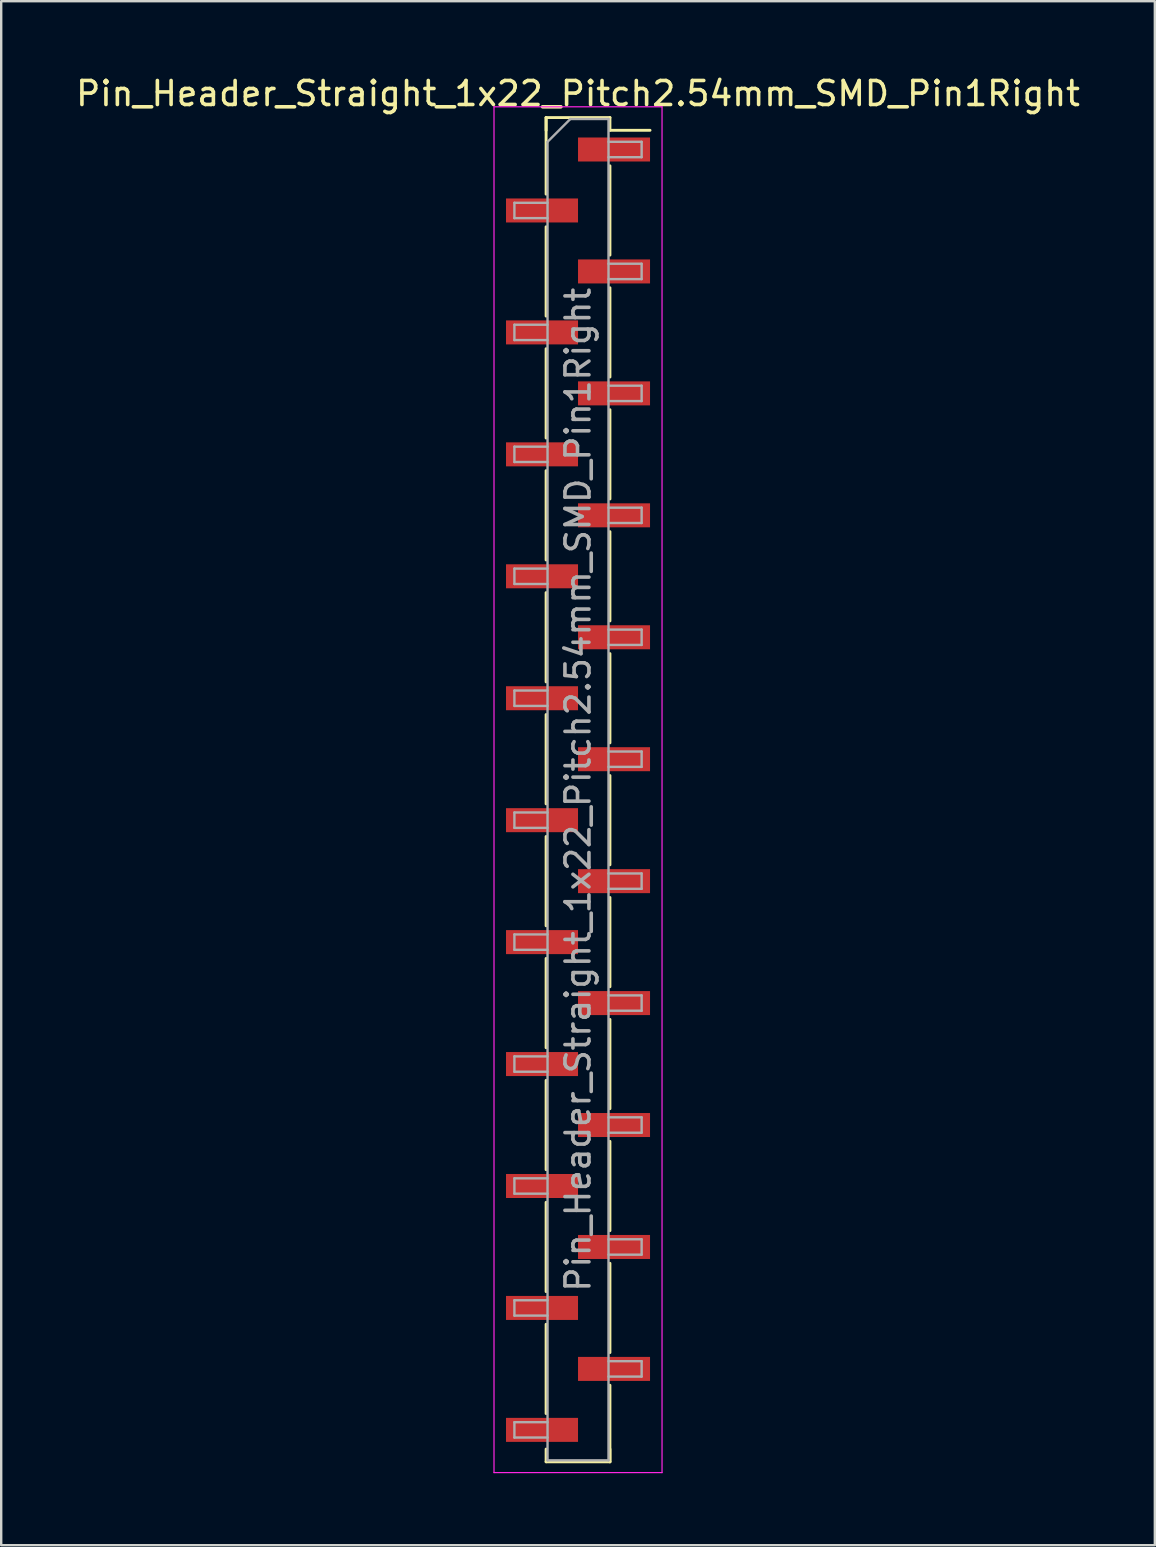
<source format=kicad_pcb>
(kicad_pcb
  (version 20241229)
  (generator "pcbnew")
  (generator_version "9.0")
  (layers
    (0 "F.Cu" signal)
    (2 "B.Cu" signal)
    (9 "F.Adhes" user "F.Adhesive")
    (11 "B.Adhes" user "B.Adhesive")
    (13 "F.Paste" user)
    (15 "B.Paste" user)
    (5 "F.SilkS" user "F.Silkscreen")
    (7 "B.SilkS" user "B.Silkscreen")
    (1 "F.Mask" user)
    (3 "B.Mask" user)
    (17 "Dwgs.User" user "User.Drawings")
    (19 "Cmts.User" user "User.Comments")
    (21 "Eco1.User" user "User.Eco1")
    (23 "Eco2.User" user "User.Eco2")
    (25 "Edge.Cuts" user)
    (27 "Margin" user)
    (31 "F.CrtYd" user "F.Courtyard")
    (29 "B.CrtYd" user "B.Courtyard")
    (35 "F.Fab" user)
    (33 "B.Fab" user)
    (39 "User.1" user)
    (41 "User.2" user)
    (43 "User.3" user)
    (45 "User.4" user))
  (footprint "Pin_Header_Straight_1x22_Pitch2.54mm_SMD_Pin1Right"
    (layer "F.Cu")
    (at 21.03 29.848)
    (property "Reference" "Pin_Header_Straight_1x22_Pitch2.54mm_SMD_Pin1Right" (at 0 -29 0) (layer "F.SilkS") (effects (font (size 1 1) (thickness 0.15))))
    (attr smd)
    (fp_line (start -1.33 -28) (end -1.33 -24.81) (stroke (width 0.12) (type solid)) (layer "F.SilkS"))
    (fp_line (start -1.33 -28) (end 1.33 -28) (stroke (width 0.12) (type solid)) (layer "F.SilkS"))
    (fp_line (start -1.33 -27.47) (end -1.33 -28) (stroke (width 0.12) (type solid)) (layer "F.SilkS"))
    (fp_line (start -1.33 -23.45) (end -1.33 -19.73) (stroke (width 0.12) (type solid)) (layer "F.SilkS"))
    (fp_line (start -1.33 -18.37) (end -1.33 -14.65) (stroke (width 0.12) (type solid)) (layer "F.SilkS"))
    (fp_line (start -1.33 -13.29) (end -1.33 -9.57) (stroke (width 0.12) (type solid)) (layer "F.SilkS"))
    (fp_line (start -1.33 -8.21) (end -1.33 -4.49) (stroke (width 0.12) (type solid)) (layer "F.SilkS"))
    (fp_line (start -1.33 -3.13) (end -1.33 0.59) (stroke (width 0.12) (type solid)) (layer "F.SilkS"))
    (fp_line (start -1.33 1.95) (end -1.33 5.67) (stroke (width 0.12) (type solid)) (layer "F.SilkS"))
    (fp_line (start -1.33 7.03) (end -1.33 10.75) (stroke (width 0.12) (type solid)) (layer "F.SilkS"))
    (fp_line (start -1.33 12.11) (end -1.33 15.83) (stroke (width 0.12) (type solid)) (layer "F.SilkS"))
    (fp_line (start -1.33 17.19) (end -1.33 20.91) (stroke (width 0.12) (type solid)) (layer "F.SilkS"))
    (fp_line (start -1.33 22.27) (end -1.33 25.99) (stroke (width 0.12) (type solid)) (layer "F.SilkS"))
    (fp_line (start -1.33 27.47) (end -1.33 28) (stroke (width 0.12) (type solid)) (layer "F.SilkS"))
    (fp_line (start -1.33 28) (end 1.33 28) (stroke (width 0.12) (type solid)) (layer "F.SilkS"))
    (fp_line (start 1.33 -28) (end 1.33 -27.47) (stroke (width 0.12) (type solid)) (layer "F.SilkS"))
    (fp_line (start 1.33 -27.47) (end 3 -27.47) (stroke (width 0.12) (type solid)) (layer "F.SilkS"))
    (fp_line (start 1.33 -25.99) (end 1.33 -22.27) (stroke (width 0.12) (type solid)) (layer "F.SilkS"))
    (fp_line (start 1.33 -20.91) (end 1.33 -17.19) (stroke (width 0.12) (type solid)) (layer "F.SilkS"))
    (fp_line (start 1.33 -15.83) (end 1.33 -12.11) (stroke (width 0.12) (type solid)) (layer "F.SilkS"))
    (fp_line (start 1.33 -10.75) (end 1.33 -7.03) (stroke (width 0.12) (type solid)) (layer "F.SilkS"))
    (fp_line (start 1.33 -5.67) (end 1.33 -1.95) (stroke (width 0.12) (type solid)) (layer "F.SilkS"))
    (fp_line (start 1.33 -0.59) (end 1.33 3.13) (stroke (width 0.12) (type solid)) (layer "F.SilkS"))
    (fp_line (start 1.33 4.49) (end 1.33 8.21) (stroke (width 0.12) (type solid)) (layer "F.SilkS"))
    (fp_line (start 1.33 9.57) (end 1.33 13.29) (stroke (width 0.12) (type solid)) (layer "F.SilkS"))
    (fp_line (start 1.33 14.65) (end 1.33 18.37) (stroke (width 0.12) (type solid)) (layer "F.SilkS"))
    (fp_line (start 1.33 19.73) (end 1.33 23.45) (stroke (width 0.12) (type solid)) (layer "F.SilkS"))
    (fp_line (start 1.33 24.81) (end 1.33 28) (stroke (width 0.12) (type solid)) (layer "F.SilkS"))
    (fp_line (start 1.33 28) (end 1.33 27.47) (stroke (width 0.12) (type solid)) (layer "F.SilkS"))
    (fp_line (start -3.5 -28.45) (end -3.5 28.45) (stroke (width 0.05) (type solid)) (layer "F.CrtYd"))
    (fp_line (start -3.5 28.45) (end 3.5 28.45) (stroke (width 0.05) (type solid)) (layer "F.CrtYd"))
    (fp_line (start 3.5 -28.45) (end -3.5 -28.45) (stroke (width 0.05) (type solid)) (layer "F.CrtYd"))
    (fp_line (start 3.5 28.45) (end 3.5 -28.45) (stroke (width 0.05) (type solid)) (layer "F.CrtYd"))
    (fp_line (start -2.65 -24.45) (end -2.65 -23.81) (stroke (width 0.1) (type solid)) (layer "F.Fab"))
    (fp_line (start -2.65 -23.81) (end -1.27 -23.81) (stroke (width 0.1) (type solid)) (layer "F.Fab"))
    (fp_line (start -2.65 -19.37) (end -2.65 -18.73) (stroke (width 0.1) (type solid)) (layer "F.Fab"))
    (fp_line (start -2.65 -18.73) (end -1.27 -18.73) (stroke (width 0.1) (type solid)) (layer "F.Fab"))
    (fp_line (start -2.65 -14.29) (end -2.65 -13.65) (stroke (width 0.1) (type solid)) (layer "F.Fab"))
    (fp_line (start -2.65 -13.65) (end -1.27 -13.65) (stroke (width 0.1) (type solid)) (layer "F.Fab"))
    (fp_line (start -2.65 -9.21) (end -2.65 -8.57) (stroke (width 0.1) (type solid)) (layer "F.Fab"))
    (fp_line (start -2.65 -8.57) (end -1.27 -8.57) (stroke (width 0.1) (type solid)) (layer "F.Fab"))
    (fp_line (start -2.65 -4.13) (end -2.65 -3.49) (stroke (width 0.1) (type solid)) (layer "F.Fab"))
    (fp_line (start -2.65 -3.49) (end -1.27 -3.49) (stroke (width 0.1) (type solid)) (layer "F.Fab"))
    (fp_line (start -2.65 0.95) (end -2.65 1.59) (stroke (width 0.1) (type solid)) (layer "F.Fab"))
    (fp_line (start -2.65 1.59) (end -1.27 1.59) (stroke (width 0.1) (type solid)) (layer "F.Fab"))
    (fp_line (start -2.65 6.03) (end -2.65 6.67) (stroke (width 0.1) (type solid)) (layer "F.Fab"))
    (fp_line (start -2.65 6.67) (end -1.27 6.67) (stroke (width 0.1) (type solid)) (layer "F.Fab"))
    (fp_line (start -2.65 11.11) (end -2.65 11.75) (stroke (width 0.1) (type solid)) (layer "F.Fab"))
    (fp_line (start -2.65 11.75) (end -1.27 11.75) (stroke (width 0.1) (type solid)) (layer "F.Fab"))
    (fp_line (start -2.65 16.19) (end -2.65 16.83) (stroke (width 0.1) (type solid)) (layer "F.Fab"))
    (fp_line (start -2.65 16.83) (end -1.27 16.83) (stroke (width 0.1) (type solid)) (layer "F.Fab"))
    (fp_line (start -2.65 21.27) (end -2.65 21.91) (stroke (width 0.1) (type solid)) (layer "F.Fab"))
    (fp_line (start -2.65 21.91) (end -1.27 21.91) (stroke (width 0.1) (type solid)) (layer "F.Fab"))
    (fp_line (start -2.65 26.35) (end -2.65 26.99) (stroke (width 0.1) (type solid)) (layer "F.Fab"))
    (fp_line (start -2.65 26.99) (end -1.27 26.99) (stroke (width 0.1) (type solid)) (layer "F.Fab"))
    (fp_line (start -1.27 -26.99) (end -0.32 -27.94) (stroke (width 0.1) (type solid)) (layer "F.Fab"))
    (fp_line (start -1.27 -24.45) (end -2.65 -24.45) (stroke (width 0.1) (type solid)) (layer "F.Fab"))
    (fp_line (start -1.27 -19.37) (end -2.65 -19.37) (stroke (width 0.1) (type solid)) (layer "F.Fab"))
    (fp_line (start -1.27 -14.29) (end -2.65 -14.29) (stroke (width 0.1) (type solid)) (layer "F.Fab"))
    (fp_line (start -1.27 -9.21) (end -2.65 -9.21) (stroke (width 0.1) (type solid)) (layer "F.Fab"))
    (fp_line (start -1.27 -4.13) (end -2.65 -4.13) (stroke (width 0.1) (type solid)) (layer "F.Fab"))
    (fp_line (start -1.27 0.95) (end -2.65 0.95) (stroke (width 0.1) (type solid)) (layer "F.Fab"))
    (fp_line (start -1.27 6.03) (end -2.65 6.03) (stroke (width 0.1) (type solid)) (layer "F.Fab"))
    (fp_line (start -1.27 11.11) (end -2.65 11.11) (stroke (width 0.1) (type solid)) (layer "F.Fab"))
    (fp_line (start -1.27 16.19) (end -2.65 16.19) (stroke (width 0.1) (type solid)) (layer "F.Fab"))
    (fp_line (start -1.27 21.27) (end -2.65 21.27) (stroke (width 0.1) (type solid)) (layer "F.Fab"))
    (fp_line (start -1.27 26.35) (end -2.65 26.35) (stroke (width 0.1) (type solid)) (layer "F.Fab"))
    (fp_line (start -1.27 27.94) (end -1.27 -26.99) (stroke (width 0.1) (type solid)) (layer "F.Fab"))
    (fp_line (start -0.32 -27.94) (end 1.27 -27.94) (stroke (width 0.1) (type solid)) (layer "F.Fab"))
    (fp_line (start 1.27 -27.94) (end 1.27 27.94) (stroke (width 0.1) (type solid)) (layer "F.Fab"))
    (fp_line (start 1.27 -26.99) (end 2.65 -26.99) (stroke (width 0.1) (type solid)) (layer "F.Fab"))
    (fp_line (start 1.27 -21.91) (end 2.65 -21.91) (stroke (width 0.1) (type solid)) (layer "F.Fab"))
    (fp_line (start 1.27 -16.83) (end 2.65 -16.83) (stroke (width 0.1) (type solid)) (layer "F.Fab"))
    (fp_line (start 1.27 -11.75) (end 2.65 -11.75) (stroke (width 0.1) (type solid)) (layer "F.Fab"))
    (fp_line (start 1.27 -6.67) (end 2.65 -6.67) (stroke (width 0.1) (type solid)) (layer "F.Fab"))
    (fp_line (start 1.27 -1.59) (end 2.65 -1.59) (stroke (width 0.1) (type solid)) (layer "F.Fab"))
    (fp_line (start 1.27 3.49) (end 2.65 3.49) (stroke (width 0.1) (type solid)) (layer "F.Fab"))
    (fp_line (start 1.27 8.57) (end 2.65 8.57) (stroke (width 0.1) (type solid)) (layer "F.Fab"))
    (fp_line (start 1.27 13.65) (end 2.65 13.65) (stroke (width 0.1) (type solid)) (layer "F.Fab"))
    (fp_line (start 1.27 18.73) (end 2.65 18.73) (stroke (width 0.1) (type solid)) (layer "F.Fab"))
    (fp_line (start 1.27 23.81) (end 2.65 23.81) (stroke (width 0.1) (type solid)) (layer "F.Fab"))
    (fp_line (start 1.27 27.94) (end -1.27 27.94) (stroke (width 0.1) (type solid)) (layer "F.Fab"))
    (fp_line (start 2.65 -26.99) (end 2.65 -26.35) (stroke (width 0.1) (type solid)) (layer "F.Fab"))
    (fp_line (start 2.65 -26.35) (end 1.27 -26.35) (stroke (width 0.1) (type solid)) (layer "F.Fab"))
    (fp_line (start 2.65 -21.91) (end 2.65 -21.27) (stroke (width 0.1) (type solid)) (layer "F.Fab"))
    (fp_line (start 2.65 -21.27) (end 1.27 -21.27) (stroke (width 0.1) (type solid)) (layer "F.Fab"))
    (fp_line (start 2.65 -16.83) (end 2.65 -16.19) (stroke (width 0.1) (type solid)) (layer "F.Fab"))
    (fp_line (start 2.65 -16.19) (end 1.27 -16.19) (stroke (width 0.1) (type solid)) (layer "F.Fab"))
    (fp_line (start 2.65 -11.75) (end 2.65 -11.11) (stroke (width 0.1) (type solid)) (layer "F.Fab"))
    (fp_line (start 2.65 -11.11) (end 1.27 -11.11) (stroke (width 0.1) (type solid)) (layer "F.Fab"))
    (fp_line (start 2.65 -6.67) (end 2.65 -6.03) (stroke (width 0.1) (type solid)) (layer "F.Fab"))
    (fp_line (start 2.65 -6.03) (end 1.27 -6.03) (stroke (width 0.1) (type solid)) (layer "F.Fab"))
    (fp_line (start 2.65 -1.59) (end 2.65 -0.95) (stroke (width 0.1) (type solid)) (layer "F.Fab"))
    (fp_line (start 2.65 -0.95) (end 1.27 -0.95) (stroke (width 0.1) (type solid)) (layer "F.Fab"))
    (fp_line (start 2.65 3.49) (end 2.65 4.13) (stroke (width 0.1) (type solid)) (layer "F.Fab"))
    (fp_line (start 2.65 4.13) (end 1.27 4.13) (stroke (width 0.1) (type solid)) (layer "F.Fab"))
    (fp_line (start 2.65 8.57) (end 2.65 9.21) (stroke (width 0.1) (type solid)) (layer "F.Fab"))
    (fp_line (start 2.65 9.21) (end 1.27 9.21) (stroke (width 0.1) (type solid)) (layer "F.Fab"))
    (fp_line (start 2.65 13.65) (end 2.65 14.29) (stroke (width 0.1) (type solid)) (layer "F.Fab"))
    (fp_line (start 2.65 14.29) (end 1.27 14.29) (stroke (width 0.1) (type solid)) (layer "F.Fab"))
    (fp_line (start 2.65 18.73) (end 2.65 19.37) (stroke (width 0.1) (type solid)) (layer "F.Fab"))
    (fp_line (start 2.65 19.37) (end 1.27 19.37) (stroke (width 0.1) (type solid)) (layer "F.Fab"))
    (fp_line (start 2.65 23.81) (end 2.65 24.45) (stroke (width 0.1) (type solid)) (layer "F.Fab"))
    (fp_line (start 2.65 24.45) (end 1.27 24.45) (stroke (width 0.1) (type solid)) (layer "F.Fab"))
    (fp_text user "${REFERENCE}" (at 0 0 90) (layer "F.Fab") (effects (font (size 1 1) (thickness 0.15))))
    (pad "1" smd rect (at 1.5 -26.67) (size 3 1) (layers "F.Cu" "F.Mask" "F.Paste"))
    (pad "2" smd rect (at -1.5 -24.13) (size 3 1) (layers "F.Cu" "F.Mask" "F.Paste"))
    (pad "3" smd rect (at 1.5 -21.59) (size 3 1) (layers "F.Cu" "F.Mask" "F.Paste"))
    (pad "4" smd rect (at -1.5 -19.05) (size 3 1) (layers "F.Cu" "F.Mask" "F.Paste"))
    (pad "5" smd rect (at 1.5 -16.51) (size 3 1) (layers "F.Cu" "F.Mask" "F.Paste"))
    (pad "6" smd rect (at -1.5 -13.97) (size 3 1) (layers "F.Cu" "F.Mask" "F.Paste"))
    (pad "7" smd rect (at 1.5 -11.43) (size 3 1) (layers "F.Cu" "F.Mask" "F.Paste"))
    (pad "8" smd rect (at -1.5 -8.89) (size 3 1) (layers "F.Cu" "F.Mask" "F.Paste"))
    (pad "9" smd rect (at 1.5 -6.35) (size 3 1) (layers "F.Cu" "F.Mask" "F.Paste"))
    (pad "10" smd rect (at -1.5 -3.81) (size 3 1) (layers "F.Cu" "F.Mask" "F.Paste"))
    (pad "11" smd rect (at 1.5 -1.27) (size 3 1) (layers "F.Cu" "F.Mask" "F.Paste"))
    (pad "12" smd rect (at -1.5 1.27) (size 3 1) (layers "F.Cu" "F.Mask" "F.Paste"))
    (pad "13" smd rect (at 1.5 3.81) (size 3 1) (layers "F.Cu" "F.Mask" "F.Paste"))
    (pad "14" smd rect (at -1.5 6.35) (size 3 1) (layers "F.Cu" "F.Mask" "F.Paste"))
    (pad "15" smd rect (at 1.5 8.89) (size 3 1) (layers "F.Cu" "F.Mask" "F.Paste"))
    (pad "16" smd rect (at -1.5 11.43) (size 3 1) (layers "F.Cu" "F.Mask" "F.Paste"))
    (pad "17" smd rect (at 1.5 13.97) (size 3 1) (layers "F.Cu" "F.Mask" "F.Paste"))
    (pad "18" smd rect (at -1.5 16.51) (size 3 1) (layers "F.Cu" "F.Mask" "F.Paste"))
    (pad "19" smd rect (at 1.5 19.05) (size 3 1) (layers "F.Cu" "F.Mask" "F.Paste"))
    (pad "20" smd rect (at -1.5 21.59) (size 3 1) (layers "F.Cu" "F.Mask" "F.Paste"))
    (pad "21" smd rect (at 1.5 24.13) (size 3 1) (layers "F.Cu" "F.Mask" "F.Paste"))
    (pad "22" smd rect (at -1.5 26.67) (size 3 1) (layers "F.Cu" "F.Mask" "F.Paste")))
  (gr_rect
    (start -3 -3)
    (end 45.06 61.323)
    (stroke (width 0.1) (type default))
    (fill no)
    (layer "Edge.Cuts")))
</source>
